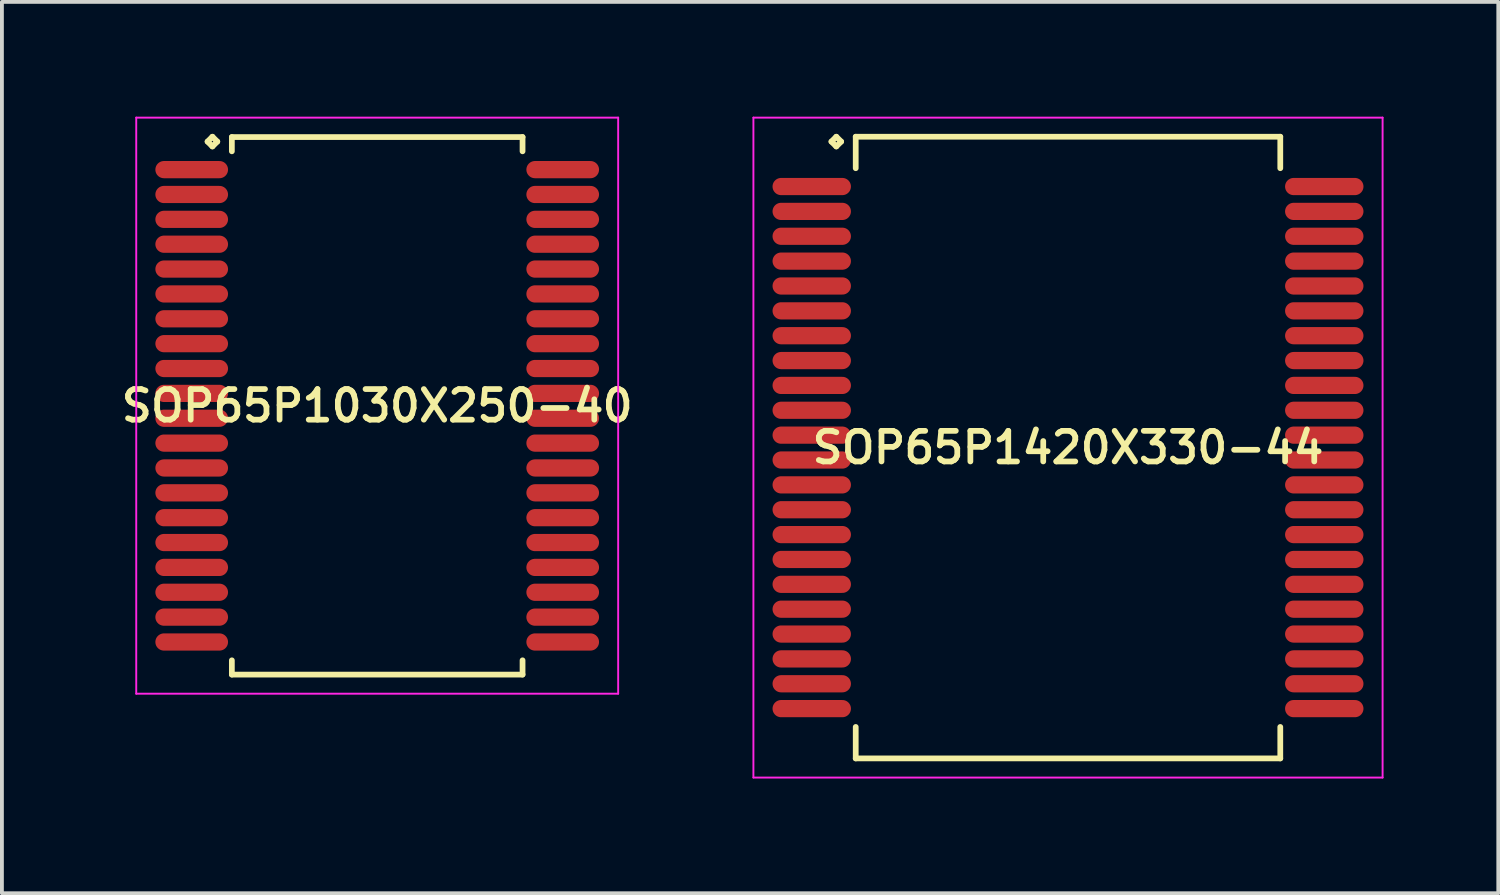
<source format=kicad_pcb>
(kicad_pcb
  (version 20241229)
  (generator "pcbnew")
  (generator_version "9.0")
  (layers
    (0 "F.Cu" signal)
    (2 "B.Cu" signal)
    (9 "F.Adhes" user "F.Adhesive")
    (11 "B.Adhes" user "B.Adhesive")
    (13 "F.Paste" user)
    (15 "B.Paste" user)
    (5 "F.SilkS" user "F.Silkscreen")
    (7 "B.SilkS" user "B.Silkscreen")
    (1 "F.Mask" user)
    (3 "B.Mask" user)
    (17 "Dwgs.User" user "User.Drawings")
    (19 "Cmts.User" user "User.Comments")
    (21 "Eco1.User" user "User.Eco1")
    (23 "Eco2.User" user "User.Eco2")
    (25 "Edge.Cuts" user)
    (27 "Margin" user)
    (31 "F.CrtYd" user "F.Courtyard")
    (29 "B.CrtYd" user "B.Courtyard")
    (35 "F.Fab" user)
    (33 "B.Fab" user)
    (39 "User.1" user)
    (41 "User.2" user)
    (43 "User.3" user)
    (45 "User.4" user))
  (footprint "SOP65P1420X330-44"
    (layer "F.Cu")
    (at 24.873 8.652)
    (property "Reference" "SOP65P1420X330-44" (at 0 0 0) (layer "F.SilkS") (effects (font (size 0.8 0.8) (thickness 0.15))))
    (attr smd)
    (fp_line (start -6.185 -8) (end -6.058 -8.127) (stroke (width 0.15) (type solid)) (layer "F.SilkS"))
    (fp_line (start -6.058 -8.127) (end -5.931 -8) (stroke (width 0.15) (type solid)) (layer "F.SilkS"))
    (fp_line (start -6.058 -7.873) (end -6.185 -8) (stroke (width 0.15) (type solid)) (layer "F.SilkS"))
    (fp_line (start -5.931 -8) (end -6.058 -7.873) (stroke (width 0.15) (type solid)) (layer "F.SilkS"))
    (fp_line (start -5.55 -8.127) (end 5.55 -8.127) (stroke (width 0.15) (type solid)) (layer "F.SilkS"))
    (fp_line (start -5.55 -7.304) (end -5.55 -8.127) (stroke (width 0.15) (type solid)) (layer "F.SilkS"))
    (fp_line (start -5.55 7.304) (end -5.55 8.127) (stroke (width 0.15) (type solid)) (layer "F.SilkS"))
    (fp_line (start -5.55 8.127) (end 5.55 8.127) (stroke (width 0.15) (type solid)) (layer "F.SilkS"))
    (fp_line (start 5.55 -8.127) (end 5.55 -7.304) (stroke (width 0.15) (type solid)) (layer "F.SilkS"))
    (fp_line (start 5.55 8.127) (end 5.55 7.304) (stroke (width 0.15) (type solid)) (layer "F.SilkS"))
    (fp_line (start -8.225 -8.627) (end 8.225 -8.627) (stroke (width 0.05) (type solid)) (layer "F.CrtYd"))
    (fp_line (start -8.225 8.627) (end -8.225 -8.627) (stroke (width 0.05) (type solid)) (layer "F.CrtYd"))
    (fp_line (start 8.225 -8.627) (end 8.225 8.627) (stroke (width 0.05) (type solid)) (layer "F.CrtYd"))
    (fp_line (start 8.225 8.627) (end -8.225 8.627) (stroke (width 0.05) (type solid)) (layer "F.CrtYd"))
    (pad "1" smd oval (at -6.7 -6.825) (size 2.05 0.45) (layers "F.Cu" "F.Mask" "F.Paste"))
    (pad "2" smd oval (at -6.7 -6.175) (size 2.05 0.45) (layers "F.Cu" "F.Mask" "F.Paste"))
    (pad "3" smd oval (at -6.7 -5.525) (size 2.05 0.45) (layers "F.Cu" "F.Mask" "F.Paste"))
    (pad "4" smd oval (at -6.7 -4.875) (size 2.05 0.45) (layers "F.Cu" "F.Mask" "F.Paste"))
    (pad "5" smd oval (at -6.7 -4.225) (size 2.05 0.45) (layers "F.Cu" "F.Mask" "F.Paste"))
    (pad "6" smd oval (at -6.7 -3.575) (size 2.05 0.45) (layers "F.Cu" "F.Mask" "F.Paste"))
    (pad "7" smd oval (at -6.7 -2.925) (size 2.05 0.45) (layers "F.Cu" "F.Mask" "F.Paste"))
    (pad "8" smd oval (at -6.7 -2.275) (size 2.05 0.45) (layers "F.Cu" "F.Mask" "F.Paste"))
    (pad "9" smd oval (at -6.7 -1.625) (size 2.05 0.45) (layers "F.Cu" "F.Mask" "F.Paste"))
    (pad "10" smd oval (at -6.7 -0.975) (size 2.05 0.45) (layers "F.Cu" "F.Mask" "F.Paste"))
    (pad "11" smd oval (at -6.7 -0.325) (size 2.05 0.45) (layers "F.Cu" "F.Mask" "F.Paste"))
    (pad "12" smd oval (at -6.7 0.325) (size 2.05 0.45) (layers "F.Cu" "F.Mask" "F.Paste"))
    (pad "13" smd oval (at -6.7 0.975) (size 2.05 0.45) (layers "F.Cu" "F.Mask" "F.Paste"))
    (pad "14" smd oval (at -6.7 1.625) (size 2.05 0.45) (layers "F.Cu" "F.Mask" "F.Paste"))
    (pad "15" smd oval (at -6.7 2.275) (size 2.05 0.45) (layers "F.Cu" "F.Mask" "F.Paste"))
    (pad "16" smd oval (at -6.7 2.925) (size 2.05 0.45) (layers "F.Cu" "F.Mask" "F.Paste"))
    (pad "17" smd oval (at -6.7 3.575) (size 2.05 0.45) (layers "F.Cu" "F.Mask" "F.Paste"))
    (pad "18" smd oval (at -6.7 4.225) (size 2.05 0.45) (layers "F.Cu" "F.Mask" "F.Paste"))
    (pad "19" smd oval (at -6.7 4.875) (size 2.05 0.45) (layers "F.Cu" "F.Mask" "F.Paste"))
    (pad "20" smd oval (at -6.7 5.525) (size 2.05 0.45) (layers "F.Cu" "F.Mask" "F.Paste"))
    (pad "21" smd oval (at -6.7 6.175) (size 2.05 0.45) (layers "F.Cu" "F.Mask" "F.Paste"))
    (pad "22" smd oval (at -6.7 6.825) (size 2.05 0.45) (layers "F.Cu" "F.Mask" "F.Paste"))
    (pad "23" smd oval (at 6.7 6.825) (size 2.05 0.45) (layers "F.Cu" "F.Mask" "F.Paste"))
    (pad "24" smd oval (at 6.7 6.175) (size 2.05 0.45) (layers "F.Cu" "F.Mask" "F.Paste"))
    (pad "25" smd oval (at 6.7 5.525) (size 2.05 0.45) (layers "F.Cu" "F.Mask" "F.Paste"))
    (pad "26" smd oval (at 6.7 4.875) (size 2.05 0.45) (layers "F.Cu" "F.Mask" "F.Paste"))
    (pad "27" smd oval (at 6.7 4.225) (size 2.05 0.45) (layers "F.Cu" "F.Mask" "F.Paste"))
    (pad "28" smd oval (at 6.7 3.575) (size 2.05 0.45) (layers "F.Cu" "F.Mask" "F.Paste"))
    (pad "29" smd oval (at 6.7 2.925) (size 2.05 0.45) (layers "F.Cu" "F.Mask" "F.Paste"))
    (pad "30" smd oval (at 6.7 2.275) (size 2.05 0.45) (layers "F.Cu" "F.Mask" "F.Paste"))
    (pad "31" smd oval (at 6.7 1.625) (size 2.05 0.45) (layers "F.Cu" "F.Mask" "F.Paste"))
    (pad "32" smd oval (at 6.7 0.975) (size 2.05 0.45) (layers "F.Cu" "F.Mask" "F.Paste"))
    (pad "33" smd oval (at 6.7 0.325) (size 2.05 0.45) (layers "F.Cu" "F.Mask" "F.Paste"))
    (pad "34" smd oval (at 6.7 -0.325) (size 2.05 0.45) (layers "F.Cu" "F.Mask" "F.Paste"))
    (pad "35" smd oval (at 6.7 -0.975) (size 2.05 0.45) (layers "F.Cu" "F.Mask" "F.Paste"))
    (pad "36" smd oval (at 6.7 -1.625) (size 2.05 0.45) (layers "F.Cu" "F.Mask" "F.Paste"))
    (pad "37" smd oval (at 6.7 -2.275) (size 2.05 0.45) (layers "F.Cu" "F.Mask" "F.Paste"))
    (pad "38" smd oval (at 6.7 -2.925) (size 2.05 0.45) (layers "F.Cu" "F.Mask" "F.Paste"))
    (pad "39" smd oval (at 6.7 -3.575) (size 2.05 0.45) (layers "F.Cu" "F.Mask" "F.Paste"))
    (pad "40" smd oval (at 6.7 -4.225) (size 2.05 0.45) (layers "F.Cu" "F.Mask" "F.Paste"))
    (pad "41" smd oval (at 6.7 -4.875) (size 2.05 0.45) (layers "F.Cu" "F.Mask" "F.Paste"))
    (pad "42" smd oval (at 6.7 -5.525) (size 2.05 0.45) (layers "F.Cu" "F.Mask" "F.Paste"))
    (pad "43" smd oval (at 6.7 -6.175) (size 2.05 0.45) (layers "F.Cu" "F.Mask" "F.Paste"))
    (pad "44" smd oval (at 6.7 -6.825) (size 2.05 0.45) (layers "F.Cu" "F.Mask" "F.Paste")))
  (footprint "SOP65P1030X250-40"
    (layer "F.Cu")
    (at 6.812 7.56)
    (property "Reference" "SOP65P1030X250-40" (at 0 0 0) (layer "F.SilkS") (effects (font (size 0.8 0.8) (thickness 0.15))))
    (attr smd)
    (fp_line (start -4.435 -6.908) (end -4.308 -7.035) (stroke (width 0.15) (type solid)) (layer "F.SilkS"))
    (fp_line (start -4.308 -7.035) (end -4.181 -6.908) (stroke (width 0.15) (type solid)) (layer "F.SilkS"))
    (fp_line (start -4.308 -6.781) (end -4.435 -6.908) (stroke (width 0.15) (type solid)) (layer "F.SilkS"))
    (fp_line (start -4.181 -6.908) (end -4.308 -6.781) (stroke (width 0.15) (type solid)) (layer "F.SilkS"))
    (fp_line (start -3.8 -7.027) (end 3.8 -7.027) (stroke (width 0.15) (type solid)) (layer "F.SilkS"))
    (fp_line (start -3.8 -6.654) (end -3.8 -7.027) (stroke (width 0.15) (type solid)) (layer "F.SilkS"))
    (fp_line (start -3.8 6.654) (end -3.8 7.027) (stroke (width 0.15) (type solid)) (layer "F.SilkS"))
    (fp_line (start -3.8 7.027) (end 3.8 7.027) (stroke (width 0.15) (type solid)) (layer "F.SilkS"))
    (fp_line (start 3.8 -7.027) (end 3.8 -6.654) (stroke (width 0.15) (type solid)) (layer "F.SilkS"))
    (fp_line (start 3.8 7.027) (end 3.8 6.654) (stroke (width 0.15) (type solid)) (layer "F.SilkS"))
    (fp_line (start -6.3 -7.535) (end 6.3 -7.535) (stroke (width 0.05) (type solid)) (layer "F.CrtYd"))
    (fp_line (start -6.3 7.527) (end -6.3 -7.535) (stroke (width 0.05) (type solid)) (layer "F.CrtYd"))
    (fp_line (start 6.3 -7.535) (end 6.3 7.527) (stroke (width 0.05) (type solid)) (layer "F.CrtYd"))
    (fp_line (start 6.3 7.527) (end -6.3 7.527) (stroke (width 0.05) (type solid)) (layer "F.CrtYd"))
    (pad "1" smd oval (at -4.85 -6.175) (size 1.9 0.45) (layers "F.Cu" "F.Mask" "F.Paste"))
    (pad "2" smd oval (at -4.85 -5.525) (size 1.9 0.45) (layers "F.Cu" "F.Mask" "F.Paste"))
    (pad "3" smd oval (at -4.85 -4.875) (size 1.9 0.45) (layers "F.Cu" "F.Mask" "F.Paste"))
    (pad "4" smd oval (at -4.85 -4.225) (size 1.9 0.45) (layers "F.Cu" "F.Mask" "F.Paste"))
    (pad "5" smd oval (at -4.85 -3.575) (size 1.9 0.45) (layers "F.Cu" "F.Mask" "F.Paste"))
    (pad "6" smd oval (at -4.85 -2.925) (size 1.9 0.45) (layers "F.Cu" "F.Mask" "F.Paste"))
    (pad "7" smd oval (at -4.85 -2.275) (size 1.9 0.45) (layers "F.Cu" "F.Mask" "F.Paste"))
    (pad "8" smd oval (at -4.85 -1.625) (size 1.9 0.45) (layers "F.Cu" "F.Mask" "F.Paste"))
    (pad "9" smd oval (at -4.85 -0.975) (size 1.9 0.45) (layers "F.Cu" "F.Mask" "F.Paste"))
    (pad "10" smd oval (at -4.85 -0.325) (size 1.9 0.45) (layers "F.Cu" "F.Mask" "F.Paste"))
    (pad "11" smd oval (at -4.85 0.325) (size 1.9 0.45) (layers "F.Cu" "F.Mask" "F.Paste"))
    (pad "12" smd oval (at -4.85 0.975) (size 1.9 0.45) (layers "F.Cu" "F.Mask" "F.Paste"))
    (pad "13" smd oval (at -4.85 1.625) (size 1.9 0.45) (layers "F.Cu" "F.Mask" "F.Paste"))
    (pad "14" smd oval (at -4.85 2.275) (size 1.9 0.45) (layers "F.Cu" "F.Mask" "F.Paste"))
    (pad "15" smd oval (at -4.85 2.925) (size 1.9 0.45) (layers "F.Cu" "F.Mask" "F.Paste"))
    (pad "16" smd oval (at -4.85 3.575) (size 1.9 0.45) (layers "F.Cu" "F.Mask" "F.Paste"))
    (pad "17" smd oval (at -4.85 4.225) (size 1.9 0.45) (layers "F.Cu" "F.Mask" "F.Paste"))
    (pad "18" smd oval (at -4.85 4.875) (size 1.9 0.45) (layers "F.Cu" "F.Mask" "F.Paste"))
    (pad "19" smd oval (at -4.85 5.525) (size 1.9 0.45) (layers "F.Cu" "F.Mask" "F.Paste"))
    (pad "20" smd oval (at -4.85 6.175) (size 1.9 0.45) (layers "F.Cu" "F.Mask" "F.Paste"))
    (pad "21" smd oval (at 4.85 6.175) (size 1.9 0.45) (layers "F.Cu" "F.Mask" "F.Paste"))
    (pad "22" smd oval (at 4.85 5.525) (size 1.9 0.45) (layers "F.Cu" "F.Mask" "F.Paste"))
    (pad "23" smd oval (at 4.85 4.875) (size 1.9 0.45) (layers "F.Cu" "F.Mask" "F.Paste"))
    (pad "24" smd oval (at 4.85 4.225) (size 1.9 0.45) (layers "F.Cu" "F.Mask" "F.Paste"))
    (pad "25" smd oval (at 4.85 3.575) (size 1.9 0.45) (layers "F.Cu" "F.Mask" "F.Paste"))
    (pad "26" smd oval (at 4.85 2.925) (size 1.9 0.45) (layers "F.Cu" "F.Mask" "F.Paste"))
    (pad "27" smd oval (at 4.85 2.275) (size 1.9 0.45) (layers "F.Cu" "F.Mask" "F.Paste"))
    (pad "28" smd oval (at 4.85 1.625) (size 1.9 0.45) (layers "F.Cu" "F.Mask" "F.Paste"))
    (pad "29" smd oval (at 4.85 0.975) (size 1.9 0.45) (layers "F.Cu" "F.Mask" "F.Paste"))
    (pad "30" smd oval (at 4.85 0.325) (size 1.9 0.45) (layers "F.Cu" "F.Mask" "F.Paste"))
    (pad "31" smd oval (at 4.85 -0.325) (size 1.9 0.45) (layers "F.Cu" "F.Mask" "F.Paste"))
    (pad "32" smd oval (at 4.85 -0.975) (size 1.9 0.45) (layers "F.Cu" "F.Mask" "F.Paste"))
    (pad "33" smd oval (at 4.85 -1.625) (size 1.9 0.45) (layers "F.Cu" "F.Mask" "F.Paste"))
    (pad "34" smd oval (at 4.85 -2.275) (size 1.9 0.45) (layers "F.Cu" "F.Mask" "F.Paste"))
    (pad "35" smd oval (at 4.85 -2.925) (size 1.9 0.45) (layers "F.Cu" "F.Mask" "F.Paste"))
    (pad "36" smd oval (at 4.85 -3.575) (size 1.9 0.45) (layers "F.Cu" "F.Mask" "F.Paste"))
    (pad "37" smd oval (at 4.85 -4.225) (size 1.9 0.45) (layers "F.Cu" "F.Mask" "F.Paste"))
    (pad "38" smd oval (at 4.85 -4.875) (size 1.9 0.45) (layers "F.Cu" "F.Mask" "F.Paste"))
    (pad "39" smd oval (at 4.85 -5.525) (size 1.9 0.45) (layers "F.Cu" "F.Mask" "F.Paste"))
    (pad "40" smd oval (at 4.85 -6.175) (size 1.9 0.45) (layers "F.Cu" "F.Mask" "F.Paste")))
  (gr_rect
    (start -3 -3)
    (end 36.123 20.304)
    (stroke (width 0.1) (type default))
    (fill no)
    (layer "Edge.Cuts")))
</source>
